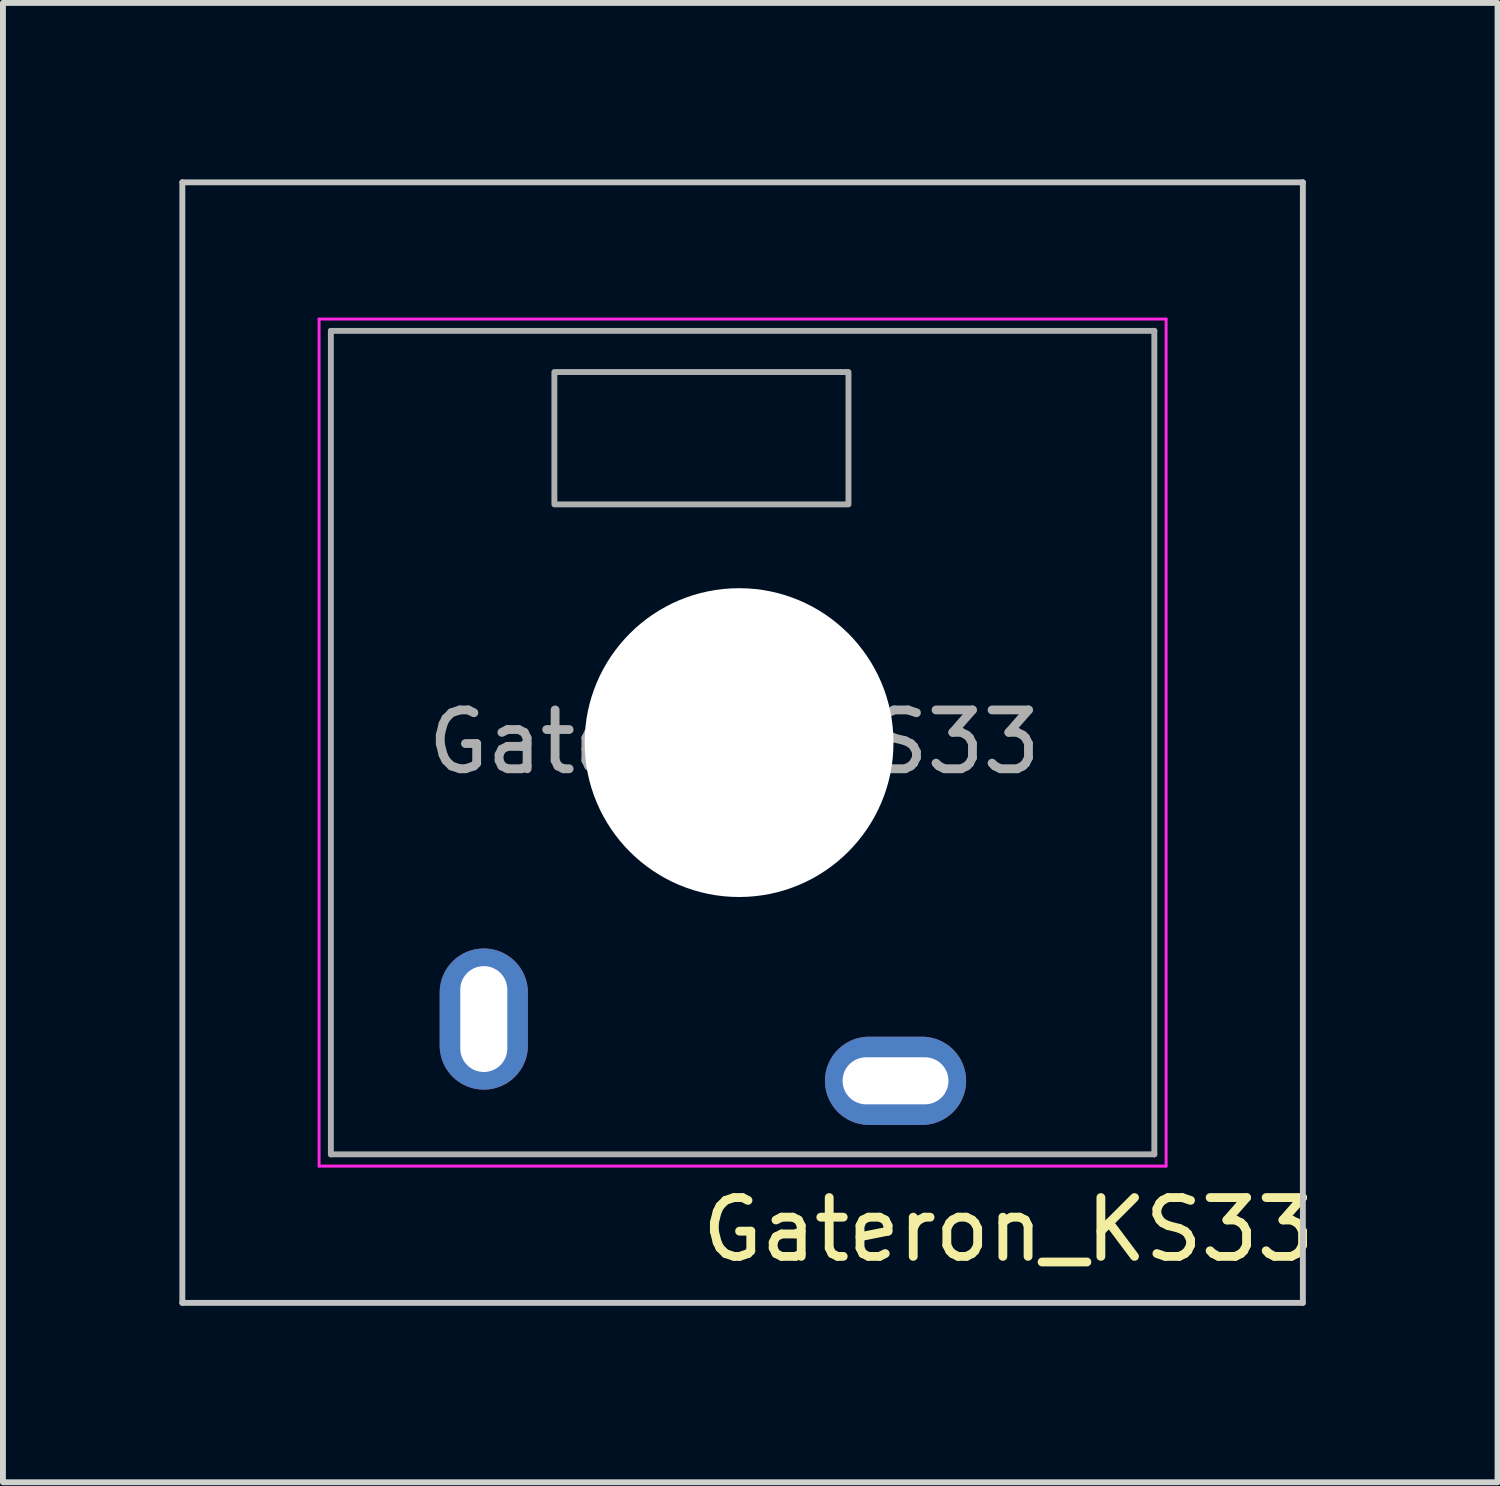
<source format=kicad_pcb>
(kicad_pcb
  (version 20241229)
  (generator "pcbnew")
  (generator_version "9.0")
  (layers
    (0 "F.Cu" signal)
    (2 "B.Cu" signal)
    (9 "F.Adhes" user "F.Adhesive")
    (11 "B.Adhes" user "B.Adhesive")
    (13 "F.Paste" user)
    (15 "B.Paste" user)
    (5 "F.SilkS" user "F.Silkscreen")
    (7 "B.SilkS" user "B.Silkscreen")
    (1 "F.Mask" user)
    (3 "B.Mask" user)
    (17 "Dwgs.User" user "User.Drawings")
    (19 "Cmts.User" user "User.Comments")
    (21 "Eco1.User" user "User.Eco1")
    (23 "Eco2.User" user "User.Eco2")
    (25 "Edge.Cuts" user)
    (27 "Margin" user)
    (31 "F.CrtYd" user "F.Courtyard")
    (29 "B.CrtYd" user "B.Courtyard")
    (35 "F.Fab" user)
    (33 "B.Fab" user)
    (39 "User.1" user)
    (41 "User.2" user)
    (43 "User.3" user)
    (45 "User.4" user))
  (footprint "Gateron_KS33"
    (layer "F.Cu")
    (at 9.575 9.575)
    (property "Reference" "Gateron_KS33" (at 4.52 8.28 0) (unlocked yes) (layer "F.SilkS") (effects (font (size 1 1) (thickness 0.15))))
    (attr through_hole)
    (fp_line (start -9.525 -9.525) (end -9.525 9.525) (stroke (width 0.1) (type solid)) (layer "Dwgs.User"))
    (fp_line (start -9.525 9.525) (end 9.525 9.525) (stroke (width 0.1) (type solid)) (layer "Dwgs.User"))
    (fp_line (start 9.525 -9.525) (end -9.525 -9.525) (stroke (width 0.1) (type solid)) (layer "Dwgs.User"))
    (fp_line (start 9.525 9.525) (end 9.525 -9.525) (stroke (width 0.1) (type solid)) (layer "Dwgs.User"))
    (fp_line (start -7.025 -6.925) (end -7.025 7.075) (stroke (width 0.1) (type solid)) (layer "Eco1.User"))
    (fp_line (start -7.025 7.075) (end 6.975 7.075) (stroke (width 0.1) (type solid)) (layer "Eco1.User"))
    (fp_line (start 6.975 -6.925) (end -7.025 -6.925) (stroke (width 0.1) (type solid)) (layer "Eco1.User"))
    (fp_line (start 6.975 7.075) (end 6.975 -6.925) (stroke (width 0.1) (type solid)) (layer "Eco1.User"))
    (fp_line (start -7.2 -7.2) (end 7.2 -7.2) (stroke (width 0.05) (type solid)) (layer "F.CrtYd"))
    (fp_line (start -7.2 7.2) (end -7.2 -7.2) (stroke (width 0.05) (type solid)) (layer "F.CrtYd"))
    (fp_line (start 7.2 -7.2) (end 7.2 7.2) (stroke (width 0.05) (type solid)) (layer "F.CrtYd"))
    (fp_line (start 7.2 7.2) (end -7.2 7.2) (stroke (width 0.05) (type solid)) (layer "F.CrtYd"))
    (fp_line (start -7 -7) (end 7 -7) (stroke (width 0.1) (type solid)) (layer "F.Fab"))
    (fp_line (start -7 7) (end -7 -7) (stroke (width 0.1) (type solid)) (layer "F.Fab"))
    (fp_line (start 7 -7) (end 7 7) (stroke (width 0.1) (type solid)) (layer "F.Fab"))
    (fp_line (start 7 7) (end -7 7) (stroke (width 0.1) (type solid)) (layer "F.Fab"))
    (fp_rect (start 1.8 -4.05) (end -3.2 -6.3) (stroke (width 0.1) (type solid)) (fill no) (layer "F.Fab"))
    (fp_text user "${REFERENCE}" (at -0.14 -0.01 0) (unlocked yes) (layer "F.Fab") (effects (font (size 1 1) (thickness 0.15))))
    (pad "" np_thru_hole circle (at -0.06 0) (size 5.25 5.25) (drill 5.25) (layers "*.Cu" "*.Mask"))
    (pad "1" thru_hole oval (at 2.6 5.75) (size 2.4 1.5) (drill oval 1.8 0.8) (layers "*.Cu" "*.Mask"))
    (pad "2" thru_hole oval (at -4.4 4.7) (size 1.5 2.4) (drill oval 0.8 1.8) (layers "*.Cu" "*.Mask")))
  (gr_rect
    (start -3 -3)
    (end 22.41 22.15)
    (stroke (width 0.1) (type default))
    (fill no)
    (layer "Edge.Cuts")))
</source>
